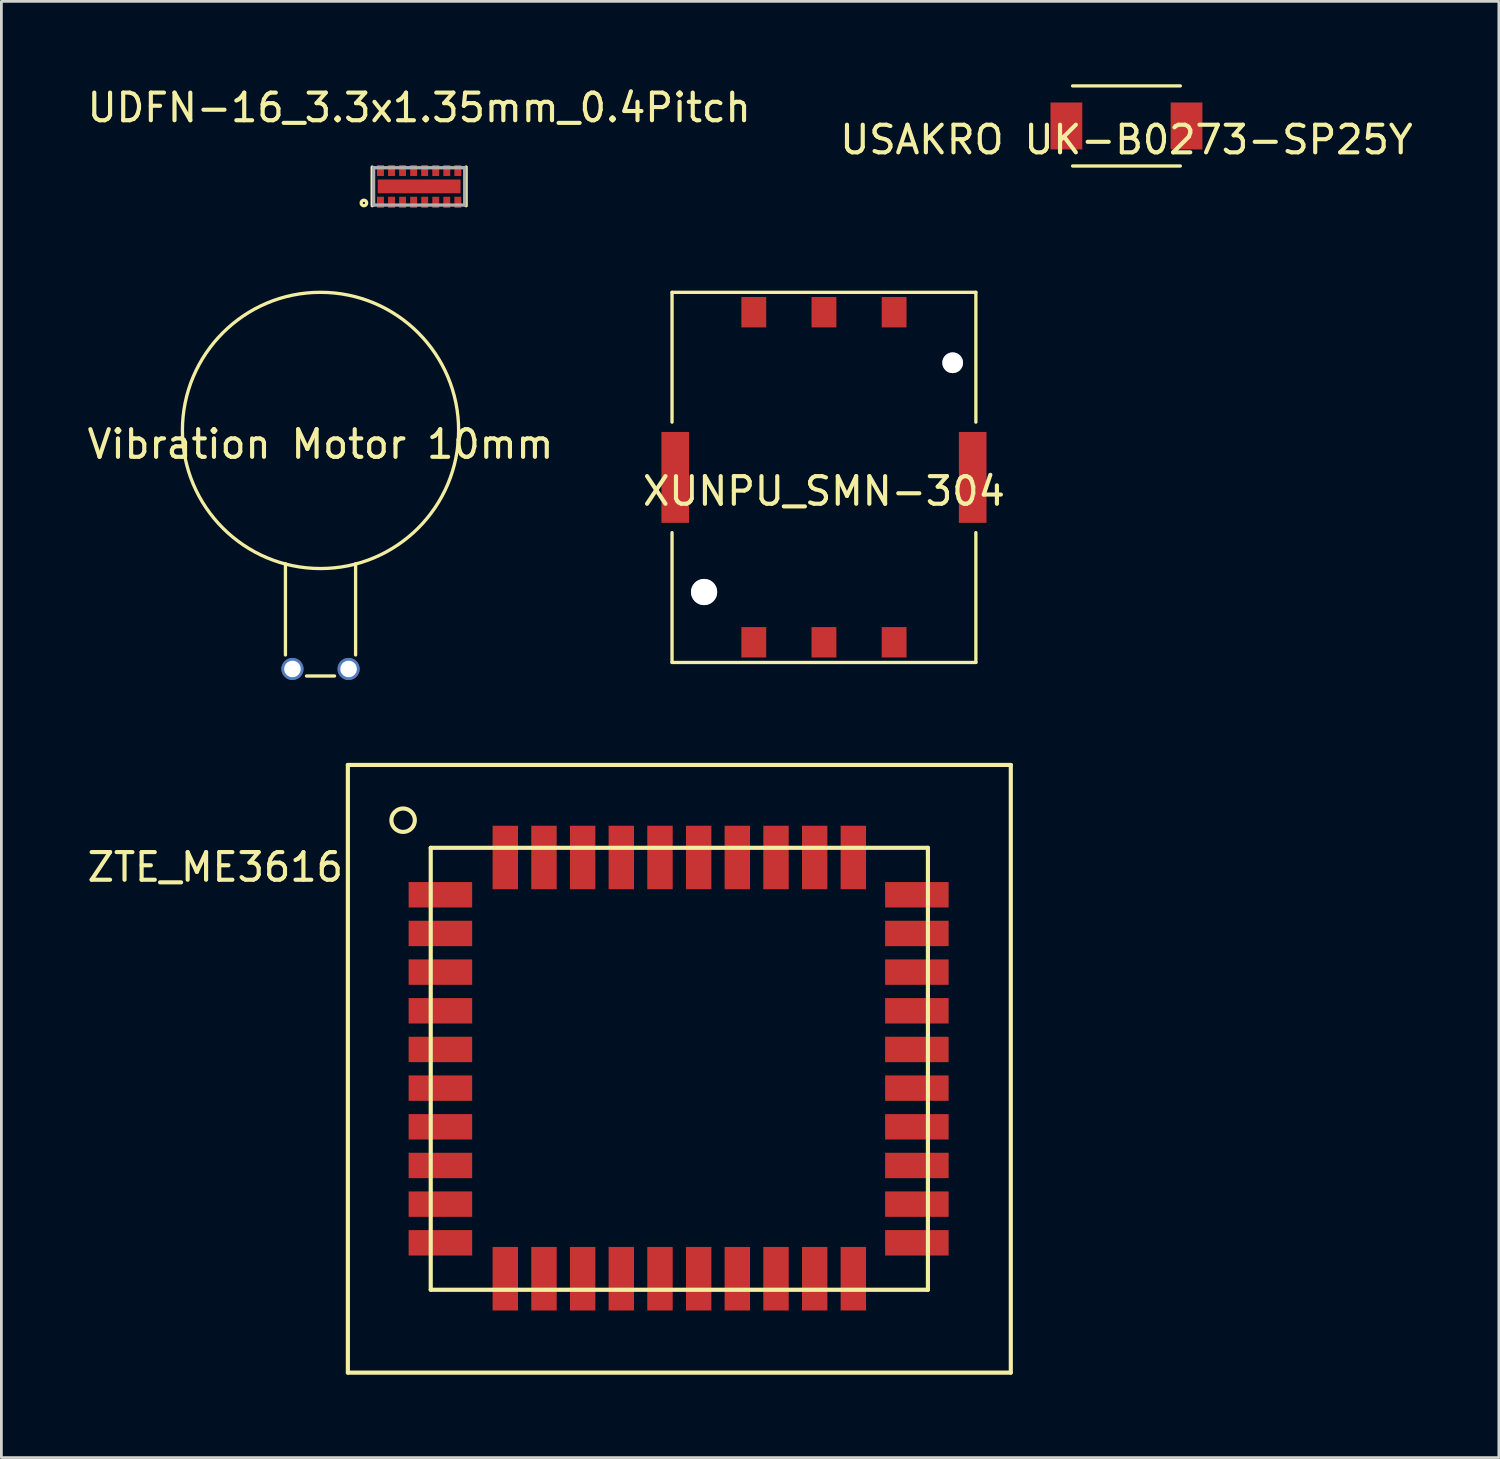
<source format=kicad_pcb>
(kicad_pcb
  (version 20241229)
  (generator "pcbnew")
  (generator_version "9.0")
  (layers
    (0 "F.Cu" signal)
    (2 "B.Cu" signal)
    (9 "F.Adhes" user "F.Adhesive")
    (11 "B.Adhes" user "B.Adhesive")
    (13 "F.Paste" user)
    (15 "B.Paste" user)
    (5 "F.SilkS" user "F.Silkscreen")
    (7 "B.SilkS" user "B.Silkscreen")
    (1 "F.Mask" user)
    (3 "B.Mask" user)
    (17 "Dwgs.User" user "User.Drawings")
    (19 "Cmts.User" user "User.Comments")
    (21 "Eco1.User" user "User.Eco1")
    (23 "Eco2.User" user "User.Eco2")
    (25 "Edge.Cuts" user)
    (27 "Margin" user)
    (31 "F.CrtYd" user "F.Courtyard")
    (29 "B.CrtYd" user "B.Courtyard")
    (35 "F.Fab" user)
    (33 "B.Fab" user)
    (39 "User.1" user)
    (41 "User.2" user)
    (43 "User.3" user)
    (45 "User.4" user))
  (footprint "ZTE_ME3616"
    (layer "F.Cu")
    (at 12.544 27.644)
    (property "Reference" "ZTE_ME3616" (at -7.8 0.7 0) (layer "F.SilkS") (effects (font (size 1 1) (thickness 0.15))))
    (attr smd)
    (fp_line (start -3 -3) (end 21 -3) (stroke (width 0.15) (type solid)) (layer "F.SilkS"))
    (fp_line (start -3 19) (end -3 -3) (stroke (width 0.15) (type solid)) (layer "F.SilkS"))
    (fp_line (start 0 0) (end 18 0) (stroke (width 0.15) (type solid)) (layer "F.SilkS"))
    (fp_line (start 0 16) (end 0 0) (stroke (width 0.15) (type solid)) (layer "F.SilkS"))
    (fp_line (start 18 0) (end 18 16) (stroke (width 0.15) (type solid)) (layer "F.SilkS"))
    (fp_line (start 18 16) (end 0 16) (stroke (width 0.15) (type solid)) (layer "F.SilkS"))
    (fp_line (start 21 -3) (end 21 19) (stroke (width 0.15) (type solid)) (layer "F.SilkS"))
    (fp_line (start 21 19) (end -3 19) (stroke (width 0.15) (type solid)) (layer "F.SilkS"))
    (fp_circle (center -1 -1) (end -0.7 -0.7) (stroke (width 0.15) (type solid)) (fill no) (layer "F.SilkS"))
    (pad "1" smd rect (at 0.35 1.7) (size 2.3 0.92) (layers "F.Cu" "F.Mask" "F.Paste"))
    (pad "2" smd rect (at 0.35 3.1) (size 2.3 0.92) (layers "F.Cu" "F.Mask" "F.Paste"))
    (pad "3" smd rect (at 0.35 4.5) (size 2.3 0.92) (layers "F.Cu" "F.Mask" "F.Paste"))
    (pad "4" smd rect (at 0.35 5.9) (size 2.3 0.92) (layers "F.Cu" "F.Mask" "F.Paste"))
    (pad "5" smd rect (at 0.35 7.3) (size 2.3 0.92) (layers "F.Cu" "F.Mask" "F.Paste"))
    (pad "6" smd rect (at 0.35 8.7) (size 2.3 0.92) (layers "F.Cu" "F.Mask" "F.Paste"))
    (pad "7" smd rect (at 0.35 10.1) (size 2.3 0.92) (layers "F.Cu" "F.Mask" "F.Paste"))
    (pad "8" smd rect (at 0.35 11.5) (size 2.3 0.92) (layers "F.Cu" "F.Mask" "F.Paste"))
    (pad "9" smd rect (at 0.35 12.9) (size 2.3 0.92) (layers "F.Cu" "F.Mask" "F.Paste"))
    (pad "10" smd rect (at 0.35 14.3) (size 2.3 0.92) (layers "F.Cu" "F.Mask" "F.Paste"))
    (pad "11" smd rect (at 2.7 15.6 90) (size 2.3 0.92) (layers "F.Cu" "F.Mask" "F.Paste"))
    (pad "12" smd rect (at 4.1 15.6 90) (size 2.3 0.92) (layers "F.Cu" "F.Mask" "F.Paste"))
    (pad "13" smd rect (at 5.5 15.6 90) (size 2.3 0.92) (layers "F.Cu" "F.Mask" "F.Paste"))
    (pad "14" smd rect (at 6.9 15.6 90) (size 2.3 0.92) (layers "F.Cu" "F.Mask" "F.Paste"))
    (pad "15" smd rect (at 8.3 15.6 90) (size 2.3 0.92) (layers "F.Cu" "F.Mask" "F.Paste"))
    (pad "16" smd rect (at 9.7 15.6 90) (size 2.3 0.92) (layers "F.Cu" "F.Mask" "F.Paste"))
    (pad "17" smd rect (at 11.1 15.6 90) (size 2.3 0.92) (layers "F.Cu" "F.Mask" "F.Paste"))
    (pad "18" smd rect (at 12.5 15.6 90) (size 2.3 0.92) (layers "F.Cu" "F.Mask" "F.Paste"))
    (pad "19" smd rect (at 13.9 15.6 90) (size 2.3 0.92) (layers "F.Cu" "F.Mask" "F.Paste"))
    (pad "20" smd rect (at 15.3 15.6 90) (size 2.3 0.92) (layers "F.Cu" "F.Mask" "F.Paste"))
    (pad "21" smd rect (at 17.6 14.3) (size 2.3 0.92) (layers "F.Cu" "F.Mask" "F.Paste"))
    (pad "22" smd rect (at 17.6 12.9) (size 2.3 0.92) (layers "F.Cu" "F.Mask" "F.Paste"))
    (pad "23" smd rect (at 17.6 11.5) (size 2.3 0.92) (layers "F.Cu" "F.Mask" "F.Paste"))
    (pad "24" smd rect (at 17.6 10.1) (size 2.3 0.92) (layers "F.Cu" "F.Mask" "F.Paste"))
    (pad "25" smd rect (at 17.6 8.7) (size 2.3 0.92) (layers "F.Cu" "F.Mask" "F.Paste"))
    (pad "26" smd rect (at 17.6 7.3) (size 2.3 0.92) (layers "F.Cu" "F.Mask" "F.Paste"))
    (pad "27" smd rect (at 17.6 5.9) (size 2.3 0.92) (layers "F.Cu" "F.Mask" "F.Paste"))
    (pad "28" smd rect (at 17.6 4.5) (size 2.3 0.92) (layers "F.Cu" "F.Mask" "F.Paste"))
    (pad "29" smd rect (at 17.6 3.1) (size 2.3 0.92) (layers "F.Cu" "F.Mask" "F.Paste"))
    (pad "30" smd rect (at 17.6 1.7) (size 2.3 0.92) (layers "F.Cu" "F.Mask" "F.Paste"))
    (pad "31" smd rect (at 15.3 0.35 90) (size 2.3 0.92) (layers "F.Cu" "F.Mask" "F.Paste"))
    (pad "32" smd rect (at 13.9 0.35 90) (size 2.3 0.92) (layers "F.Cu" "F.Mask" "F.Paste"))
    (pad "33" smd rect (at 12.5 0.35 90) (size 2.3 0.92) (layers "F.Cu" "F.Mask" "F.Paste"))
    (pad "34" smd rect (at 11.1 0.35 90) (size 2.3 0.92) (layers "F.Cu" "F.Mask" "F.Paste"))
    (pad "35" smd rect (at 9.7 0.35 90) (size 2.3 0.92) (layers "F.Cu" "F.Mask" "F.Paste"))
    (pad "36" smd rect (at 8.3 0.35 90) (size 2.3 0.92) (layers "F.Cu" "F.Mask" "F.Paste"))
    (pad "37" smd rect (at 6.9 0.35 90) (size 2.3 0.92) (layers "F.Cu" "F.Mask" "F.Paste"))
    (pad "38" smd rect (at 5.5 0.35 90) (size 2.3 0.92) (layers "F.Cu" "F.Mask" "F.Paste"))
    (pad "39" smd rect (at 4.1 0.35 90) (size 2.3 0.92) (layers "F.Cu" "F.Mask" "F.Paste"))
    (pad "40" smd rect (at 2.7 0.35 90) (size 2.3 0.92) (layers "F.Cu" "F.Mask" "F.Paste")))
  (footprint "UDFN-16_3.3x1.35mm_0.4Pitch"
    (layer "F.Cu")
    (at 12.125 3.698)
    (property "Reference" "UDFN-16_3.3x1.35mm_0.4Pitch" (at 0 -2.85 0) (unlocked yes) (layer "F.SilkS") (effects (font (size 1 1) (thickness 0.15))))
    (attr through_hole)
    (fp_line (start -1.7 -0.7) (end -1.7 0.7) (stroke (width 0.12) (type solid)) (layer "F.SilkS"))
    (fp_line (start 1.7 0.7) (end 1.7 -0.7) (stroke (width 0.12) (type solid)) (layer "F.SilkS"))
    (fp_circle (center -2 0.6) (end -2 0.7) (stroke (width 0.12) (type solid)) (fill no) (layer "F.SilkS"))
    (fp_line (start -1.65 -0.675) (end -1.65 0.675) (stroke (width 0.12) (type solid)) (layer "F.Fab"))
    (fp_line (start -1.65 -0.675) (end 1.65 -0.675) (stroke (width 0.12) (type solid)) (layer "F.Fab"))
    (fp_line (start 1.65 0.675) (end -1.65 0.675) (stroke (width 0.12) (type solid)) (layer "F.Fab"))
    (fp_line (start 1.65 0.675) (end 1.65 -0.675) (stroke (width 0.12) (type solid)) (layer "F.Fab"))
    (pad "1" smd rect (at -1.4 0.575) (size 0.25 0.4) (layers "F.Cu" "F.Mask" "F.Paste"))
    (pad "2" smd rect (at -1 0.575) (size 0.25 0.4) (layers "F.Cu" "F.Mask" "F.Paste"))
    (pad "3" smd rect (at -0.6 0.575) (size 0.25 0.4) (layers "F.Cu" "F.Mask" "F.Paste"))
    (pad "4" smd rect (at -0.2 0.575) (size 0.25 0.4) (layers "F.Cu" "F.Mask" "F.Paste"))
    (pad "5" smd rect (at 0.2 0.575) (size 0.25 0.4) (layers "F.Cu" "F.Mask" "F.Paste"))
    (pad "6" smd rect (at 0.6 0.575) (size 0.25 0.4) (layers "F.Cu" "F.Mask" "F.Paste"))
    (pad "7" smd rect (at 1 0.575) (size 0.25 0.4) (layers "F.Cu" "F.Mask" "F.Paste"))
    (pad "8" smd rect (at 1.4 0.575) (size 0.25 0.4) (layers "F.Cu" "F.Mask" "F.Paste"))
    (pad "9" smd rect (at 1.4 -0.575) (size 0.25 0.4) (layers "F.Cu" "F.Mask" "F.Paste"))
    (pad "10" smd rect (at 1 -0.575) (size 0.25 0.4) (layers "F.Cu" "F.Mask" "F.Paste"))
    (pad "11" smd rect (at 0.6 -0.575) (size 0.25 0.4) (layers "F.Cu" "F.Mask" "F.Paste"))
    (pad "12" smd rect (at 0.2 -0.575) (size 0.25 0.4) (layers "F.Cu" "F.Mask" "F.Paste"))
    (pad "13" smd rect (at -0.2 -0.575) (size 0.25 0.4) (layers "F.Cu" "F.Mask" "F.Paste"))
    (pad "14" smd rect (at -0.6 -0.575) (size 0.25 0.4) (layers "F.Cu" "F.Mask" "F.Paste"))
    (pad "15" smd rect (at -1 -0.575) (size 0.25 0.4) (layers "F.Cu" "F.Mask" "F.Paste"))
    (pad "16" smd rect (at -1.4 -0.575) (size 0.25 0.4) (layers "F.Cu" "F.Mask" "F.Paste"))
    (pad "17" smd rect (at 0 0) (size 3 0.5) (layers "F.Cu" "F.Mask" "F.Paste")))
  (footprint "XUNPU_SMN-304"
    (layer "F.Cu")
    (at 26.78 14.233)
    (property "Reference" "XUNPU_SMN-304" (at 0 0.5 0) (unlocked yes) (layer "F.SilkS") (effects (font (size 1 1) (thickness 0.15))))
    (attr through_hole)
    (fp_line (start -5.5 -6.7) (end -5.5 -2) (stroke (width 0.12) (type solid)) (layer "F.SilkS"))
    (fp_line (start -5.5 2) (end -5.5 6.7) (stroke (width 0.12) (type solid)) (layer "F.SilkS"))
    (fp_line (start -5.5 6.7) (end 5.5 6.7) (stroke (width 0.12) (type solid)) (layer "F.SilkS"))
    (fp_line (start 5.5 -6.7) (end -5.5 -6.7) (stroke (width 0.12) (type solid)) (layer "F.SilkS"))
    (fp_line (start 5.5 -6.7) (end 5.5 -2) (stroke (width 0.12) (type solid)) (layer "F.SilkS"))
    (fp_line (start 5.5 6.7) (end 5.5 2) (stroke (width 0.12) (type solid)) (layer "F.SilkS"))
    (fp_line (start -5 -6.15) (end -5 6.15) (stroke (width 0.12) (type solid)) (layer "Eco1.User"))
    (fp_line (start -5 6.15) (end 5 6.15) (stroke (width 0.12) (type solid)) (layer "Eco1.User"))
    (fp_line (start 5 -6.15) (end -5 -6.15) (stroke (width 0.12) (type solid)) (layer "Eco1.User"))
    (fp_line (start 5 6.15) (end 5.025 -6.15) (stroke (width 0.12) (type solid)) (layer "Eco1.User"))
    (fp_text user "C5" (at 2.5 -4.3 0) (unlocked yes) (layer "Eco1.User") (effects (font (size 1 1) (thickness 0.15))))
    (fp_text user "C7" (at -2.5 -4.3 0) (unlocked yes) (layer "Eco1.User") (effects (font (size 1 1) (thickness 0.15))))
    (fp_text user "C1" (at 2.6 4.3 0) (unlocked yes) (layer "Eco1.User") (effects (font (size 1 1) (thickness 0.15))))
    (fp_text user "C3" (at -2.5 4.5 0) (unlocked yes) (layer "Eco1.User") (effects (font (size 1 1) (thickness 0.15))))
    (pad "0" smd rect (at -5.385 0) (size 1 3.29) (layers "F.Cu" "F.Mask" "F.Paste"))
    (pad "0" thru_hole circle (at -4.34 4.15) (size 0.95 0.95) (drill 0.95) (layers "*.Cu" "*.Mask"))
    (pad "0" thru_hole circle (at 4.66 -4.15) (size 0.75 0.75) (drill 0.75) (layers "*.Cu" "*.Mask"))
    (pad "0" smd rect (at 5.385 0) (size 1 3.29) (layers "F.Cu" "F.Mask" "F.Paste"))
    (pad "1" smd rect (at 2.54 5.97) (size 0.9 1.1) (layers "F.Cu" "F.Mask" "F.Paste"))
    (pad "2" smd rect (at 0 5.97) (size 0.9 1.1) (layers "F.Cu" "F.Mask" "F.Paste"))
    (pad "3" smd rect (at -2.54 5.97) (size 0.9 1.1) (layers "F.Cu" "F.Mask" "F.Paste"))
    (pad "5" smd rect (at 2.54 -5.98) (size 0.9 1.1) (layers "F.Cu" "F.Mask" "F.Paste"))
    (pad "6" smd rect (at 0 -5.98) (size 0.9 1.1) (layers "F.Cu" "F.Mask" "F.Paste"))
    (pad "7" smd rect (at -2.54 -5.98) (size 0.9 1.1) (layers "F.Cu" "F.Mask" "F.Paste")))
  (footprint "Vibration Motor 10mm"
    (layer "F.Cu")
    (at 8.554 12.533)
    (property "Reference" "Vibration Motor 10mm" (at 0 0.5 0) (unlocked yes) (layer "F.SilkS") (effects (font (size 1 1) (thickness 0.15))))
    (attr through_hole)
    (fp_line (start -1.27 8.128) (end -1.27 4.826) (stroke (width 0.12) (type solid)) (layer "F.SilkS"))
    (fp_line (start -0.508 8.89) (end 0.508 8.89) (stroke (width 0.12) (type solid)) (layer "F.SilkS"))
    (fp_line (start 1.27 8.128) (end 1.27 4.826) (stroke (width 0.12) (type solid)) (layer "F.SilkS"))
    (fp_circle (center 0 0) (end 5 0) (stroke (width 0.12) (type solid)) (fill no) (layer "F.SilkS"))
    (pad "1" thru_hole circle (at -1.016 8.636) (size 0.8 0.8) (drill 0.6) (layers "*.Cu" "*.Mask"))
    (pad "2" thru_hole circle (at 1.016 8.636) (size 0.8 0.8) (drill 0.6) (layers "*.Cu" "*.Mask")))
  (footprint "USAKRO UK-B0273-SP25Y"
    (layer "F.Cu")
    (at 37.732 1.51)
    (property "Reference" "USAKRO UK-B0273-SP25Y" (at 0 0.5 0) (unlocked yes) (layer "F.SilkS") (effects (font (size 1 1) (thickness 0.15))))
    (attr through_hole)
    (fp_line (start -1.95 1.45) (end 1.95 1.45) (stroke (width 0.12) (type solid)) (layer "F.SilkS"))
    (fp_line (start 1.95 -1.45) (end -1.95 -1.45) (stroke (width 0.12) (type solid)) (layer "F.SilkS"))
    (pad "1" smd rect (at -2.175 0) (size 1.15 1.7) (layers "F.Cu" "F.Mask" "F.Paste"))
    (pad "2" smd rect (at 2.175 0) (size 1.15 1.7) (layers "F.Cu" "F.Mask" "F.Paste")))
  (gr_rect
    (start -3 -3)
    (end 51.214 49.719)
    (stroke (width 0.1) (type default))
    (fill no)
    (layer "Edge.Cuts")))
</source>
